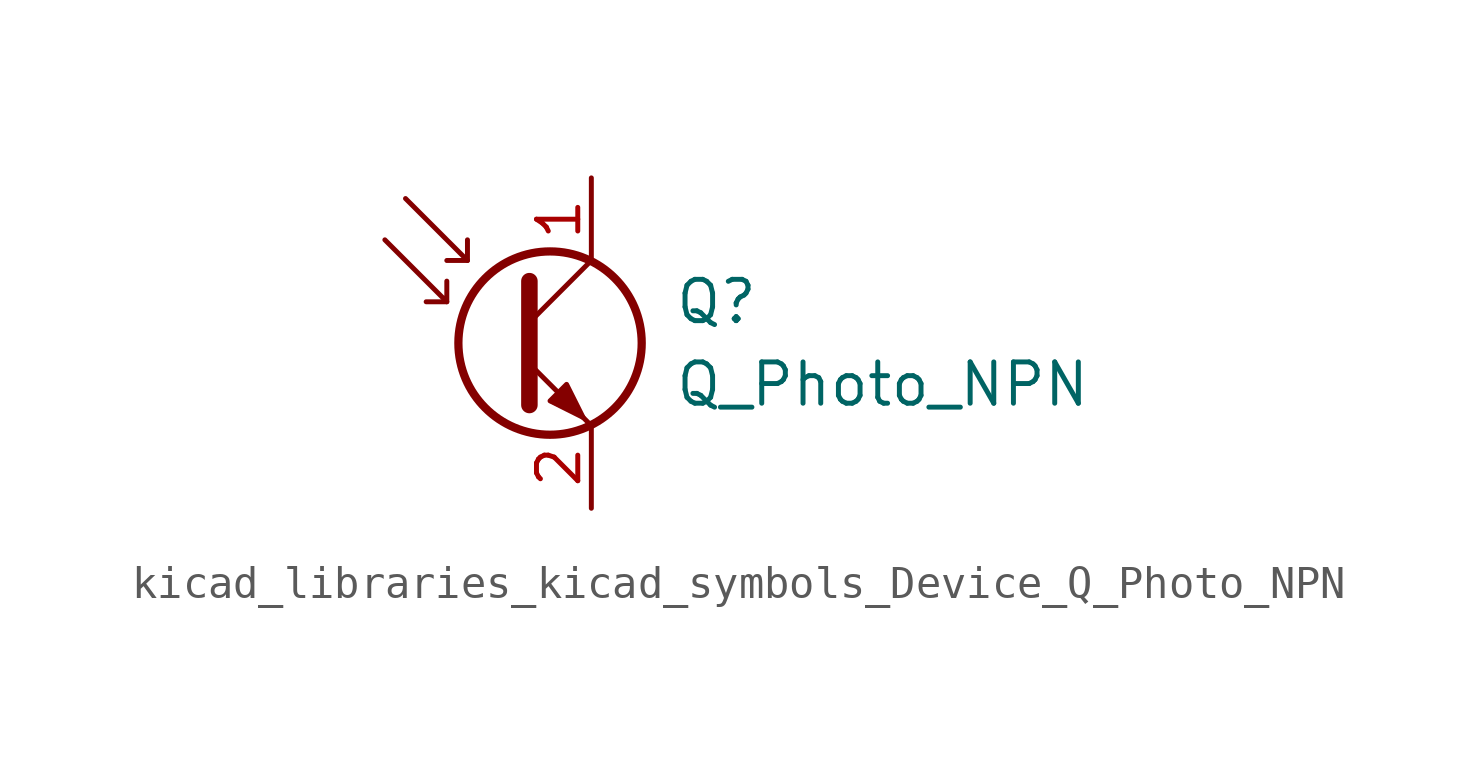
<source format=kicad_sym>
(kicad_symbol_lib
  (version 20220914)
  (generator kicad_symbol_editor)
  (symbol "kicad_libraries_kicad_symbols_Device_Q_Photo_NPN"
    (pin_names
      (offset 0) hide)
    (property "Reference" "Q"
      (at 5.08 1.27 0)
      (effects (font (size 1.27 1.27)) (justify left)))
    (property "Value" "Q_Photo_NPN"
      (at 5.08 -1.27 0)
      (effects (font (size 1.27 1.27)) (justify left)))
    (symbol "kicad_libraries_kicad_symbols_Device_Q_Photo_NPN_0_1"
      (polyline (pts (xy -1.905 1.27) (xy -2.54 1.27)) (stroke (width 0) (type default)) (fill (type none)))
      (polyline (pts (xy -1.27 2.54) (xy -1.905 2.54)) (stroke (width 0) (type default)) (fill (type none)))
      (polyline (pts (xy 0.635 0.635) (xy 2.54 2.54)) (stroke (width 0) (type default)) (fill (type none)))
      (polyline (pts (xy -3.81 3.175) (xy -1.905 1.27) (xy -1.905 1.905)) (stroke (width 0) (type default)) (fill (type none)))
      (polyline (pts (xy -3.175 4.445) (xy -1.27 2.54) (xy -1.27 3.175)) (stroke (width 0) (type default)) (fill (type none)))
      (polyline (pts (xy 0.635 -0.635) (xy 2.54 -2.54) (xy 2.54 -2.54)) (stroke (width 0) (type default)) (fill (type none)))
      (polyline (pts (xy 0.635 1.905) (xy 0.635 -1.905) (xy 0.635 -1.905)) (stroke (width 0.508) (type default)) (fill (type none)))
      (polyline (pts (xy 1.27 -1.778) (xy 1.778 -1.27) (xy 2.286 -2.286) (xy 1.27 -1.778) (xy 1.27 -1.778)) (stroke (width 0) (type default)) (fill (type outline)))
      (circle (center 1.27 0) (radius 2.819) (stroke (width 0.254) (type default)) (fill (type none))))
    (symbol "kicad_libraries_kicad_symbols_Device_Q_Photo_NPN_1_1"
      (pin passive line (at 2.54 5.08 270) (length 2.54) (name "C" (effects (font (size 1.27 1.27)))) (number "1" (effects (font (size 1.27 1.27)))))
      (pin passive line (at 2.54 -5.08 90) (length 2.54) (name "E" (effects (font (size 1.27 1.27)))) (number "2" (effects (font (size 1.27 1.27))))))))
</source>
